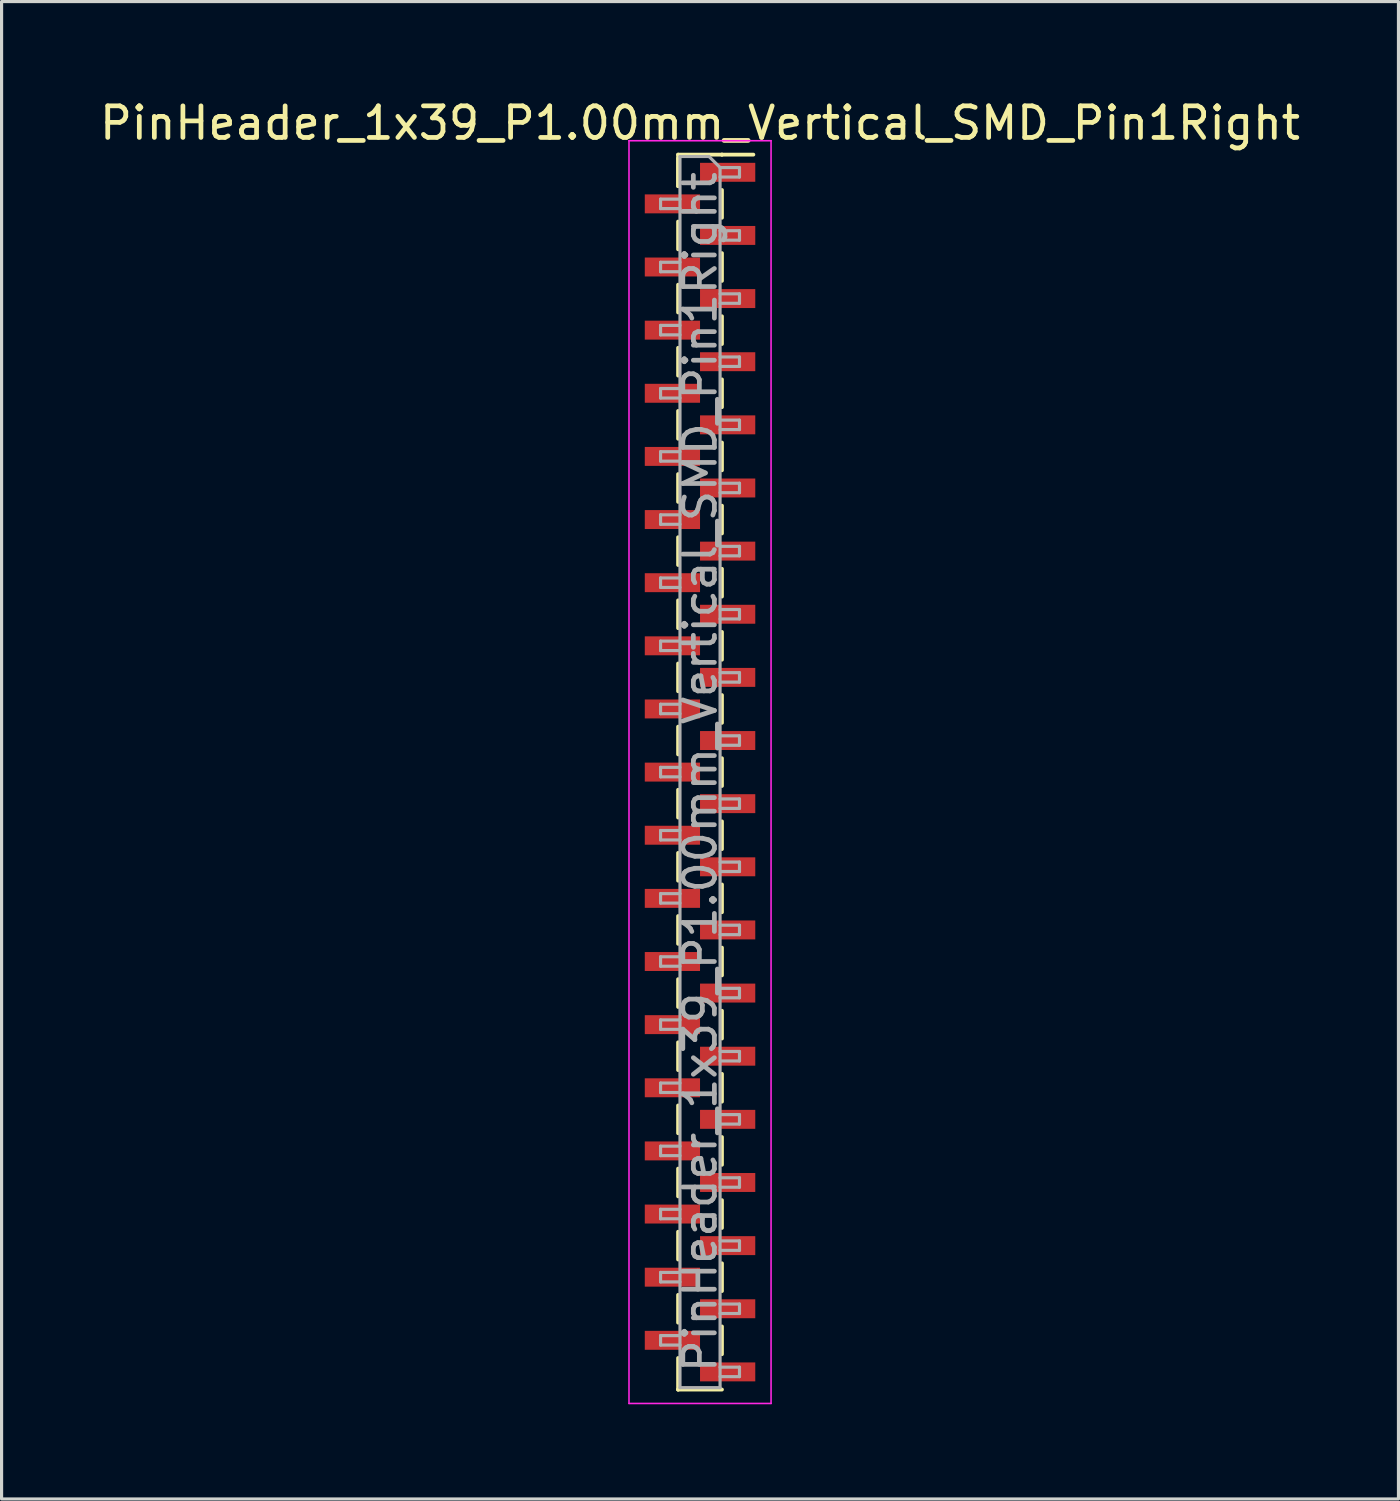
<source format=kicad_pcb>
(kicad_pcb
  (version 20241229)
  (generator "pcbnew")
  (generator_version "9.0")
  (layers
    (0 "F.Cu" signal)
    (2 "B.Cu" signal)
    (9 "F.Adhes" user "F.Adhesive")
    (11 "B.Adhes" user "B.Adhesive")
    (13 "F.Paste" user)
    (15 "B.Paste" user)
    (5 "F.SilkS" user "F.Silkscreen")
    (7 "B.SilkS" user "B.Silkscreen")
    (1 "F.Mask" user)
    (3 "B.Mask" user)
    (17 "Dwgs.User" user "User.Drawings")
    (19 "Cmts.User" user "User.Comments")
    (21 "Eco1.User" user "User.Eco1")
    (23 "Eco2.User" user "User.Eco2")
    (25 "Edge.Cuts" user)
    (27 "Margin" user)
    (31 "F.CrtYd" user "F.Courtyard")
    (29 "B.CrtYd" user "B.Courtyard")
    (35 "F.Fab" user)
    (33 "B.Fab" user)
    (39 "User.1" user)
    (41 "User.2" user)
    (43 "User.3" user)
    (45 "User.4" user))
  (footprint "PinHeader_1x39_P1.00mm_Vertical_SMD_Pin1Right"
    (layer "F.Cu")
    (at 19.125 21.408)
    (property "Reference" "PinHeader_1x39_P1.00mm_Vertical_SMD_Pin1Right" (at 0 -20.56 0) (layer "F.SilkS") (effects (font (size 1 1) (thickness 0.15))))
    (attr smd)
    (fp_line (start -0.695 -19.56) (end -0.695 -18.56) (stroke (width 0.12) (type solid)) (layer "F.SilkS"))
    (fp_line (start -0.695 -19.56) (end 0.695 -19.56) (stroke (width 0.12) (type solid)) (layer "F.SilkS"))
    (fp_line (start -0.695 -19.44) (end -0.695 -18.56) (stroke (width 0.12) (type solid)) (layer "F.SilkS"))
    (fp_line (start -0.695 -17.44) (end -0.695 -16.56) (stroke (width 0.12) (type solid)) (layer "F.SilkS"))
    (fp_line (start -0.695 -15.44) (end -0.695 -14.56) (stroke (width 0.12) (type solid)) (layer "F.SilkS"))
    (fp_line (start -0.695 -13.44) (end -0.695 -12.56) (stroke (width 0.12) (type solid)) (layer "F.SilkS"))
    (fp_line (start -0.695 -11.44) (end -0.695 -10.56) (stroke (width 0.12) (type solid)) (layer "F.SilkS"))
    (fp_line (start -0.695 -9.44) (end -0.695 -8.56) (stroke (width 0.12) (type solid)) (layer "F.SilkS"))
    (fp_line (start -0.695 -7.44) (end -0.695 -6.56) (stroke (width 0.12) (type solid)) (layer "F.SilkS"))
    (fp_line (start -0.695 -5.44) (end -0.695 -4.56) (stroke (width 0.12) (type solid)) (layer "F.SilkS"))
    (fp_line (start -0.695 -3.44) (end -0.695 -2.56) (stroke (width 0.12) (type solid)) (layer "F.SilkS"))
    (fp_line (start -0.695 -1.44) (end -0.695 -0.56) (stroke (width 0.12) (type solid)) (layer "F.SilkS"))
    (fp_line (start -0.695 0.56) (end -0.695 1.44) (stroke (width 0.12) (type solid)) (layer "F.SilkS"))
    (fp_line (start -0.695 2.56) (end -0.695 3.44) (stroke (width 0.12) (type solid)) (layer "F.SilkS"))
    (fp_line (start -0.695 4.56) (end -0.695 5.44) (stroke (width 0.12) (type solid)) (layer "F.SilkS"))
    (fp_line (start -0.695 6.56) (end -0.695 7.44) (stroke (width 0.12) (type solid)) (layer "F.SilkS"))
    (fp_line (start -0.695 8.56) (end -0.695 9.44) (stroke (width 0.12) (type solid)) (layer "F.SilkS"))
    (fp_line (start -0.695 10.56) (end -0.695 11.44) (stroke (width 0.12) (type solid)) (layer "F.SilkS"))
    (fp_line (start -0.695 12.56) (end -0.695 13.44) (stroke (width 0.12) (type solid)) (layer "F.SilkS"))
    (fp_line (start -0.695 14.56) (end -0.695 15.44) (stroke (width 0.12) (type solid)) (layer "F.SilkS"))
    (fp_line (start -0.695 16.56) (end -0.695 17.44) (stroke (width 0.12) (type solid)) (layer "F.SilkS"))
    (fp_line (start -0.695 18.56) (end -0.695 19.56) (stroke (width 0.12) (type solid)) (layer "F.SilkS"))
    (fp_line (start -0.695 19.56) (end -0.695 19.56) (stroke (width 0.12) (type solid)) (layer "F.SilkS"))
    (fp_line (start -0.695 19.56) (end 0.695 19.56) (stroke (width 0.12) (type solid)) (layer "F.SilkS"))
    (fp_line (start 0.695 -19.56) (end 0.695 -19.56) (stroke (width 0.12) (type solid)) (layer "F.SilkS"))
    (fp_line (start 0.695 -19.56) (end 1.69 -19.56) (stroke (width 0.12) (type solid)) (layer "F.SilkS"))
    (fp_line (start 0.695 -18.44) (end 0.695 -17.56) (stroke (width 0.12) (type solid)) (layer "F.SilkS"))
    (fp_line (start 0.695 -16.44) (end 0.695 -15.56) (stroke (width 0.12) (type solid)) (layer "F.SilkS"))
    (fp_line (start 0.695 -14.44) (end 0.695 -13.56) (stroke (width 0.12) (type solid)) (layer "F.SilkS"))
    (fp_line (start 0.695 -12.44) (end 0.695 -11.56) (stroke (width 0.12) (type solid)) (layer "F.SilkS"))
    (fp_line (start 0.695 -10.44) (end 0.695 -9.56) (stroke (width 0.12) (type solid)) (layer "F.SilkS"))
    (fp_line (start 0.695 -8.44) (end 0.695 -7.56) (stroke (width 0.12) (type solid)) (layer "F.SilkS"))
    (fp_line (start 0.695 -6.44) (end 0.695 -5.56) (stroke (width 0.12) (type solid)) (layer "F.SilkS"))
    (fp_line (start 0.695 -4.44) (end 0.695 -3.56) (stroke (width 0.12) (type solid)) (layer "F.SilkS"))
    (fp_line (start 0.695 -2.44) (end 0.695 -1.56) (stroke (width 0.12) (type solid)) (layer "F.SilkS"))
    (fp_line (start 0.695 -0.44) (end 0.695 0.44) (stroke (width 0.12) (type solid)) (layer "F.SilkS"))
    (fp_line (start 0.695 1.56) (end 0.695 2.44) (stroke (width 0.12) (type solid)) (layer "F.SilkS"))
    (fp_line (start 0.695 3.56) (end 0.695 4.44) (stroke (width 0.12) (type solid)) (layer "F.SilkS"))
    (fp_line (start 0.695 5.56) (end 0.695 6.44) (stroke (width 0.12) (type solid)) (layer "F.SilkS"))
    (fp_line (start 0.695 7.56) (end 0.695 8.44) (stroke (width 0.12) (type solid)) (layer "F.SilkS"))
    (fp_line (start 0.695 9.56) (end 0.695 10.44) (stroke (width 0.12) (type solid)) (layer "F.SilkS"))
    (fp_line (start 0.695 11.56) (end 0.695 12.44) (stroke (width 0.12) (type solid)) (layer "F.SilkS"))
    (fp_line (start 0.695 13.56) (end 0.695 14.44) (stroke (width 0.12) (type solid)) (layer "F.SilkS"))
    (fp_line (start 0.695 15.56) (end 0.695 16.44) (stroke (width 0.12) (type solid)) (layer "F.SilkS"))
    (fp_line (start 0.695 17.56) (end 0.695 18.44) (stroke (width 0.12) (type solid)) (layer "F.SilkS"))
    (fp_line (start -2.25 -20) (end -2.25 20) (stroke (width 0.05) (type solid)) (layer "F.CrtYd"))
    (fp_line (start -2.25 20) (end 2.25 20) (stroke (width 0.05) (type solid)) (layer "F.CrtYd"))
    (fp_line (start 2.25 -20) (end -2.25 -20) (stroke (width 0.05) (type solid)) (layer "F.CrtYd"))
    (fp_line (start 2.25 20) (end 2.25 -20) (stroke (width 0.05) (type solid)) (layer "F.CrtYd"))
    (fp_line (start -1.25 -18.15) (end -1.25 -17.85) (stroke (width 0.1) (type solid)) (layer "F.Fab"))
    (fp_line (start -1.25 -17.85) (end -0.635 -17.85) (stroke (width 0.1) (type solid)) (layer "F.Fab"))
    (fp_line (start -1.25 -16.15) (end -1.25 -15.85) (stroke (width 0.1) (type solid)) (layer "F.Fab"))
    (fp_line (start -1.25 -15.85) (end -0.635 -15.85) (stroke (width 0.1) (type solid)) (layer "F.Fab"))
    (fp_line (start -1.25 -14.15) (end -1.25 -13.85) (stroke (width 0.1) (type solid)) (layer "F.Fab"))
    (fp_line (start -1.25 -13.85) (end -0.635 -13.85) (stroke (width 0.1) (type solid)) (layer "F.Fab"))
    (fp_line (start -1.25 -12.15) (end -1.25 -11.85) (stroke (width 0.1) (type solid)) (layer "F.Fab"))
    (fp_line (start -1.25 -11.85) (end -0.635 -11.85) (stroke (width 0.1) (type solid)) (layer "F.Fab"))
    (fp_line (start -1.25 -10.15) (end -1.25 -9.85) (stroke (width 0.1) (type solid)) (layer "F.Fab"))
    (fp_line (start -1.25 -9.85) (end -0.635 -9.85) (stroke (width 0.1) (type solid)) (layer "F.Fab"))
    (fp_line (start -1.25 -8.15) (end -1.25 -7.85) (stroke (width 0.1) (type solid)) (layer "F.Fab"))
    (fp_line (start -1.25 -7.85) (end -0.635 -7.85) (stroke (width 0.1) (type solid)) (layer "F.Fab"))
    (fp_line (start -1.25 -6.15) (end -1.25 -5.85) (stroke (width 0.1) (type solid)) (layer "F.Fab"))
    (fp_line (start -1.25 -5.85) (end -0.635 -5.85) (stroke (width 0.1) (type solid)) (layer "F.Fab"))
    (fp_line (start -1.25 -4.15) (end -1.25 -3.85) (stroke (width 0.1) (type solid)) (layer "F.Fab"))
    (fp_line (start -1.25 -3.85) (end -0.635 -3.85) (stroke (width 0.1) (type solid)) (layer "F.Fab"))
    (fp_line (start -1.25 -2.15) (end -1.25 -1.85) (stroke (width 0.1) (type solid)) (layer "F.Fab"))
    (fp_line (start -1.25 -1.85) (end -0.635 -1.85) (stroke (width 0.1) (type solid)) (layer "F.Fab"))
    (fp_line (start -1.25 -0.15) (end -1.25 0.15) (stroke (width 0.1) (type solid)) (layer "F.Fab"))
    (fp_line (start -1.25 0.15) (end -0.635 0.15) (stroke (width 0.1) (type solid)) (layer "F.Fab"))
    (fp_line (start -1.25 1.85) (end -1.25 2.15) (stroke (width 0.1) (type solid)) (layer "F.Fab"))
    (fp_line (start -1.25 2.15) (end -0.635 2.15) (stroke (width 0.1) (type solid)) (layer "F.Fab"))
    (fp_line (start -1.25 3.85) (end -1.25 4.15) (stroke (width 0.1) (type solid)) (layer "F.Fab"))
    (fp_line (start -1.25 4.15) (end -0.635 4.15) (stroke (width 0.1) (type solid)) (layer "F.Fab"))
    (fp_line (start -1.25 5.85) (end -1.25 6.15) (stroke (width 0.1) (type solid)) (layer "F.Fab"))
    (fp_line (start -1.25 6.15) (end -0.635 6.15) (stroke (width 0.1) (type solid)) (layer "F.Fab"))
    (fp_line (start -1.25 7.85) (end -1.25 8.15) (stroke (width 0.1) (type solid)) (layer "F.Fab"))
    (fp_line (start -1.25 8.15) (end -0.635 8.15) (stroke (width 0.1) (type solid)) (layer "F.Fab"))
    (fp_line (start -1.25 9.85) (end -1.25 10.15) (stroke (width 0.1) (type solid)) (layer "F.Fab"))
    (fp_line (start -1.25 10.15) (end -0.635 10.15) (stroke (width 0.1) (type solid)) (layer "F.Fab"))
    (fp_line (start -1.25 11.85) (end -1.25 12.15) (stroke (width 0.1) (type solid)) (layer "F.Fab"))
    (fp_line (start -1.25 12.15) (end -0.635 12.15) (stroke (width 0.1) (type solid)) (layer "F.Fab"))
    (fp_line (start -1.25 13.85) (end -1.25 14.15) (stroke (width 0.1) (type solid)) (layer "F.Fab"))
    (fp_line (start -1.25 14.15) (end -0.635 14.15) (stroke (width 0.1) (type solid)) (layer "F.Fab"))
    (fp_line (start -1.25 15.85) (end -1.25 16.15) (stroke (width 0.1) (type solid)) (layer "F.Fab"))
    (fp_line (start -1.25 16.15) (end -0.635 16.15) (stroke (width 0.1) (type solid)) (layer "F.Fab"))
    (fp_line (start -1.25 17.85) (end -1.25 18.15) (stroke (width 0.1) (type solid)) (layer "F.Fab"))
    (fp_line (start -1.25 18.15) (end -0.635 18.15) (stroke (width 0.1) (type solid)) (layer "F.Fab"))
    (fp_line (start -0.635 -19.5) (end -0.635 19.5) (stroke (width 0.1) (type solid)) (layer "F.Fab"))
    (fp_line (start -0.635 -19.5) (end 0.285 -19.5) (stroke (width 0.1) (type solid)) (layer "F.Fab"))
    (fp_line (start -0.635 -18.15) (end -1.25 -18.15) (stroke (width 0.1) (type solid)) (layer "F.Fab"))
    (fp_line (start -0.635 -16.15) (end -1.25 -16.15) (stroke (width 0.1) (type solid)) (layer "F.Fab"))
    (fp_line (start -0.635 -14.15) (end -1.25 -14.15) (stroke (width 0.1) (type solid)) (layer "F.Fab"))
    (fp_line (start -0.635 -12.15) (end -1.25 -12.15) (stroke (width 0.1) (type solid)) (layer "F.Fab"))
    (fp_line (start -0.635 -10.15) (end -1.25 -10.15) (stroke (width 0.1) (type solid)) (layer "F.Fab"))
    (fp_line (start -0.635 -8.15) (end -1.25 -8.15) (stroke (width 0.1) (type solid)) (layer "F.Fab"))
    (fp_line (start -0.635 -6.15) (end -1.25 -6.15) (stroke (width 0.1) (type solid)) (layer "F.Fab"))
    (fp_line (start -0.635 -4.15) (end -1.25 -4.15) (stroke (width 0.1) (type solid)) (layer "F.Fab"))
    (fp_line (start -0.635 -2.15) (end -1.25 -2.15) (stroke (width 0.1) (type solid)) (layer "F.Fab"))
    (fp_line (start -0.635 -0.15) (end -1.25 -0.15) (stroke (width 0.1) (type solid)) (layer "F.Fab"))
    (fp_line (start -0.635 1.85) (end -1.25 1.85) (stroke (width 0.1) (type solid)) (layer "F.Fab"))
    (fp_line (start -0.635 3.85) (end -1.25 3.85) (stroke (width 0.1) (type solid)) (layer "F.Fab"))
    (fp_line (start -0.635 5.85) (end -1.25 5.85) (stroke (width 0.1) (type solid)) (layer "F.Fab"))
    (fp_line (start -0.635 7.85) (end -1.25 7.85) (stroke (width 0.1) (type solid)) (layer "F.Fab"))
    (fp_line (start -0.635 9.85) (end -1.25 9.85) (stroke (width 0.1) (type solid)) (layer "F.Fab"))
    (fp_line (start -0.635 11.85) (end -1.25 11.85) (stroke (width 0.1) (type solid)) (layer "F.Fab"))
    (fp_line (start -0.635 13.85) (end -1.25 13.85) (stroke (width 0.1) (type solid)) (layer "F.Fab"))
    (fp_line (start -0.635 15.85) (end -1.25 15.85) (stroke (width 0.1) (type solid)) (layer "F.Fab"))
    (fp_line (start -0.635 17.85) (end -1.25 17.85) (stroke (width 0.1) (type solid)) (layer "F.Fab"))
    (fp_line (start 0.635 -19.15) (end 0.285 -19.5) (stroke (width 0.1) (type solid)) (layer "F.Fab"))
    (fp_line (start 0.635 -19.15) (end 1.25 -19.15) (stroke (width 0.1) (type solid)) (layer "F.Fab"))
    (fp_line (start 0.635 -17.15) (end 1.25 -17.15) (stroke (width 0.1) (type solid)) (layer "F.Fab"))
    (fp_line (start 0.635 -15.15) (end 1.25 -15.15) (stroke (width 0.1) (type solid)) (layer "F.Fab"))
    (fp_line (start 0.635 -13.15) (end 1.25 -13.15) (stroke (width 0.1) (type solid)) (layer "F.Fab"))
    (fp_line (start 0.635 -11.15) (end 1.25 -11.15) (stroke (width 0.1) (type solid)) (layer "F.Fab"))
    (fp_line (start 0.635 -9.15) (end 1.25 -9.15) (stroke (width 0.1) (type solid)) (layer "F.Fab"))
    (fp_line (start 0.635 -7.15) (end 1.25 -7.15) (stroke (width 0.1) (type solid)) (layer "F.Fab"))
    (fp_line (start 0.635 -5.15) (end 1.25 -5.15) (stroke (width 0.1) (type solid)) (layer "F.Fab"))
    (fp_line (start 0.635 -3.15) (end 1.25 -3.15) (stroke (width 0.1) (type solid)) (layer "F.Fab"))
    (fp_line (start 0.635 -1.15) (end 1.25 -1.15) (stroke (width 0.1) (type solid)) (layer "F.Fab"))
    (fp_line (start 0.635 0.85) (end 1.25 0.85) (stroke (width 0.1) (type solid)) (layer "F.Fab"))
    (fp_line (start 0.635 2.85) (end 1.25 2.85) (stroke (width 0.1) (type solid)) (layer "F.Fab"))
    (fp_line (start 0.635 4.85) (end 1.25 4.85) (stroke (width 0.1) (type solid)) (layer "F.Fab"))
    (fp_line (start 0.635 6.85) (end 1.25 6.85) (stroke (width 0.1) (type solid)) (layer "F.Fab"))
    (fp_line (start 0.635 8.85) (end 1.25 8.85) (stroke (width 0.1) (type solid)) (layer "F.Fab"))
    (fp_line (start 0.635 10.85) (end 1.25 10.85) (stroke (width 0.1) (type solid)) (layer "F.Fab"))
    (fp_line (start 0.635 12.85) (end 1.25 12.85) (stroke (width 0.1) (type solid)) (layer "F.Fab"))
    (fp_line (start 0.635 14.85) (end 1.25 14.85) (stroke (width 0.1) (type solid)) (layer "F.Fab"))
    (fp_line (start 0.635 16.85) (end 1.25 16.85) (stroke (width 0.1) (type solid)) (layer "F.Fab"))
    (fp_line (start 0.635 18.85) (end 1.25 18.85) (stroke (width 0.1) (type solid)) (layer "F.Fab"))
    (fp_line (start 0.635 19.5) (end -0.635 19.5) (stroke (width 0.1) (type solid)) (layer "F.Fab"))
    (fp_line (start 0.635 19.5) (end 0.635 -19.15) (stroke (width 0.1) (type solid)) (layer "F.Fab"))
    (fp_line (start 1.25 -19.15) (end 1.25 -18.85) (stroke (width 0.1) (type solid)) (layer "F.Fab"))
    (fp_line (start 1.25 -18.85) (end 0.635 -18.85) (stroke (width 0.1) (type solid)) (layer "F.Fab"))
    (fp_line (start 1.25 -17.15) (end 1.25 -16.85) (stroke (width 0.1) (type solid)) (layer "F.Fab"))
    (fp_line (start 1.25 -16.85) (end 0.635 -16.85) (stroke (width 0.1) (type solid)) (layer "F.Fab"))
    (fp_line (start 1.25 -15.15) (end 1.25 -14.85) (stroke (width 0.1) (type solid)) (layer "F.Fab"))
    (fp_line (start 1.25 -14.85) (end 0.635 -14.85) (stroke (width 0.1) (type solid)) (layer "F.Fab"))
    (fp_line (start 1.25 -13.15) (end 1.25 -12.85) (stroke (width 0.1) (type solid)) (layer "F.Fab"))
    (fp_line (start 1.25 -12.85) (end 0.635 -12.85) (stroke (width 0.1) (type solid)) (layer "F.Fab"))
    (fp_line (start 1.25 -11.15) (end 1.25 -10.85) (stroke (width 0.1) (type solid)) (layer "F.Fab"))
    (fp_line (start 1.25 -10.85) (end 0.635 -10.85) (stroke (width 0.1) (type solid)) (layer "F.Fab"))
    (fp_line (start 1.25 -9.15) (end 1.25 -8.85) (stroke (width 0.1) (type solid)) (layer "F.Fab"))
    (fp_line (start 1.25 -8.85) (end 0.635 -8.85) (stroke (width 0.1) (type solid)) (layer "F.Fab"))
    (fp_line (start 1.25 -7.15) (end 1.25 -6.85) (stroke (width 0.1) (type solid)) (layer "F.Fab"))
    (fp_line (start 1.25 -6.85) (end 0.635 -6.85) (stroke (width 0.1) (type solid)) (layer "F.Fab"))
    (fp_line (start 1.25 -5.15) (end 1.25 -4.85) (stroke (width 0.1) (type solid)) (layer "F.Fab"))
    (fp_line (start 1.25 -4.85) (end 0.635 -4.85) (stroke (width 0.1) (type solid)) (layer "F.Fab"))
    (fp_line (start 1.25 -3.15) (end 1.25 -2.85) (stroke (width 0.1) (type solid)) (layer "F.Fab"))
    (fp_line (start 1.25 -2.85) (end 0.635 -2.85) (stroke (width 0.1) (type solid)) (layer "F.Fab"))
    (fp_line (start 1.25 -1.15) (end 1.25 -0.85) (stroke (width 0.1) (type solid)) (layer "F.Fab"))
    (fp_line (start 1.25 -0.85) (end 0.635 -0.85) (stroke (width 0.1) (type solid)) (layer "F.Fab"))
    (fp_line (start 1.25 0.85) (end 1.25 1.15) (stroke (width 0.1) (type solid)) (layer "F.Fab"))
    (fp_line (start 1.25 1.15) (end 0.635 1.15) (stroke (width 0.1) (type solid)) (layer "F.Fab"))
    (fp_line (start 1.25 2.85) (end 1.25 3.15) (stroke (width 0.1) (type solid)) (layer "F.Fab"))
    (fp_line (start 1.25 3.15) (end 0.635 3.15) (stroke (width 0.1) (type solid)) (layer "F.Fab"))
    (fp_line (start 1.25 4.85) (end 1.25 5.15) (stroke (width 0.1) (type solid)) (layer "F.Fab"))
    (fp_line (start 1.25 5.15) (end 0.635 5.15) (stroke (width 0.1) (type solid)) (layer "F.Fab"))
    (fp_line (start 1.25 6.85) (end 1.25 7.15) (stroke (width 0.1) (type solid)) (layer "F.Fab"))
    (fp_line (start 1.25 7.15) (end 0.635 7.15) (stroke (width 0.1) (type solid)) (layer "F.Fab"))
    (fp_line (start 1.25 8.85) (end 1.25 9.15) (stroke (width 0.1) (type solid)) (layer "F.Fab"))
    (fp_line (start 1.25 9.15) (end 0.635 9.15) (stroke (width 0.1) (type solid)) (layer "F.Fab"))
    (fp_line (start 1.25 10.85) (end 1.25 11.15) (stroke (width 0.1) (type solid)) (layer "F.Fab"))
    (fp_line (start 1.25 11.15) (end 0.635 11.15) (stroke (width 0.1) (type solid)) (layer "F.Fab"))
    (fp_line (start 1.25 12.85) (end 1.25 13.15) (stroke (width 0.1) (type solid)) (layer "F.Fab"))
    (fp_line (start 1.25 13.15) (end 0.635 13.15) (stroke (width 0.1) (type solid)) (layer "F.Fab"))
    (fp_line (start 1.25 14.85) (end 1.25 15.15) (stroke (width 0.1) (type solid)) (layer "F.Fab"))
    (fp_line (start 1.25 15.15) (end 0.635 15.15) (stroke (width 0.1) (type solid)) (layer "F.Fab"))
    (fp_line (start 1.25 16.85) (end 1.25 17.15) (stroke (width 0.1) (type solid)) (layer "F.Fab"))
    (fp_line (start 1.25 17.15) (end 0.635 17.15) (stroke (width 0.1) (type solid)) (layer "F.Fab"))
    (fp_line (start 1.25 18.85) (end 1.25 19.15) (stroke (width 0.1) (type solid)) (layer "F.Fab"))
    (fp_line (start 1.25 19.15) (end 0.635 19.15) (stroke (width 0.1) (type solid)) (layer "F.Fab"))
    (fp_text user "${REFERENCE}" (at 0 0 90) (layer "F.Fab") (effects (font (size 1 1) (thickness 0.15))))
    (pad "1" smd rect (at 0.875 -19) (size 1.75 0.6) (layers "F.Cu" "F.Mask" "F.Paste"))
    (pad "2" smd rect (at -0.875 -18) (size 1.75 0.6) (layers "F.Cu" "F.Mask" "F.Paste"))
    (pad "3" smd rect (at 0.875 -17) (size 1.75 0.6) (layers "F.Cu" "F.Mask" "F.Paste"))
    (pad "4" smd rect (at -0.875 -16) (size 1.75 0.6) (layers "F.Cu" "F.Mask" "F.Paste"))
    (pad "5" smd rect (at 0.875 -15) (size 1.75 0.6) (layers "F.Cu" "F.Mask" "F.Paste"))
    (pad "6" smd rect (at -0.875 -14) (size 1.75 0.6) (layers "F.Cu" "F.Mask" "F.Paste"))
    (pad "7" smd rect (at 0.875 -13) (size 1.75 0.6) (layers "F.Cu" "F.Mask" "F.Paste"))
    (pad "8" smd rect (at -0.875 -12) (size 1.75 0.6) (layers "F.Cu" "F.Mask" "F.Paste"))
    (pad "9" smd rect (at 0.875 -11) (size 1.75 0.6) (layers "F.Cu" "F.Mask" "F.Paste"))
    (pad "10" smd rect (at -0.875 -10) (size 1.75 0.6) (layers "F.Cu" "F.Mask" "F.Paste"))
    (pad "11" smd rect (at 0.875 -9) (size 1.75 0.6) (layers "F.Cu" "F.Mask" "F.Paste"))
    (pad "12" smd rect (at -0.875 -8) (size 1.75 0.6) (layers "F.Cu" "F.Mask" "F.Paste"))
    (pad "13" smd rect (at 0.875 -7) (size 1.75 0.6) (layers "F.Cu" "F.Mask" "F.Paste"))
    (pad "14" smd rect (at -0.875 -6) (size 1.75 0.6) (layers "F.Cu" "F.Mask" "F.Paste"))
    (pad "15" smd rect (at 0.875 -5) (size 1.75 0.6) (layers "F.Cu" "F.Mask" "F.Paste"))
    (pad "16" smd rect (at -0.875 -4) (size 1.75 0.6) (layers "F.Cu" "F.Mask" "F.Paste"))
    (pad "17" smd rect (at 0.875 -3) (size 1.75 0.6) (layers "F.Cu" "F.Mask" "F.Paste"))
    (pad "18" smd rect (at -0.875 -2) (size 1.75 0.6) (layers "F.Cu" "F.Mask" "F.Paste"))
    (pad "19" smd rect (at 0.875 -1) (size 1.75 0.6) (layers "F.Cu" "F.Mask" "F.Paste"))
    (pad "20" smd rect (at -0.875 0) (size 1.75 0.6) (layers "F.Cu" "F.Mask" "F.Paste"))
    (pad "21" smd rect (at 0.875 1) (size 1.75 0.6) (layers "F.Cu" "F.Mask" "F.Paste"))
    (pad "22" smd rect (at -0.875 2) (size 1.75 0.6) (layers "F.Cu" "F.Mask" "F.Paste"))
    (pad "23" smd rect (at 0.875 3) (size 1.75 0.6) (layers "F.Cu" "F.Mask" "F.Paste"))
    (pad "24" smd rect (at -0.875 4) (size 1.75 0.6) (layers "F.Cu" "F.Mask" "F.Paste"))
    (pad "25" smd rect (at 0.875 5) (size 1.75 0.6) (layers "F.Cu" "F.Mask" "F.Paste"))
    (pad "26" smd rect (at -0.875 6) (size 1.75 0.6) (layers "F.Cu" "F.Mask" "F.Paste"))
    (pad "27" smd rect (at 0.875 7) (size 1.75 0.6) (layers "F.Cu" "F.Mask" "F.Paste"))
    (pad "28" smd rect (at -0.875 8) (size 1.75 0.6) (layers "F.Cu" "F.Mask" "F.Paste"))
    (pad "29" smd rect (at 0.875 9) (size 1.75 0.6) (layers "F.Cu" "F.Mask" "F.Paste"))
    (pad "30" smd rect (at -0.875 10) (size 1.75 0.6) (layers "F.Cu" "F.Mask" "F.Paste"))
    (pad "31" smd rect (at 0.875 11) (size 1.75 0.6) (layers "F.Cu" "F.Mask" "F.Paste"))
    (pad "32" smd rect (at -0.875 12) (size 1.75 0.6) (layers "F.Cu" "F.Mask" "F.Paste"))
    (pad "33" smd rect (at 0.875 13) (size 1.75 0.6) (layers "F.Cu" "F.Mask" "F.Paste"))
    (pad "34" smd rect (at -0.875 14) (size 1.75 0.6) (layers "F.Cu" "F.Mask" "F.Paste"))
    (pad "35" smd rect (at 0.875 15) (size 1.75 0.6) (layers "F.Cu" "F.Mask" "F.Paste"))
    (pad "36" smd rect (at -0.875 16) (size 1.75 0.6) (layers "F.Cu" "F.Mask" "F.Paste"))
    (pad "37" smd rect (at 0.875 17) (size 1.75 0.6) (layers "F.Cu" "F.Mask" "F.Paste"))
    (pad "38" smd rect (at -0.875 18) (size 1.75 0.6) (layers "F.Cu" "F.Mask" "F.Paste"))
    (pad "39" smd rect (at 0.875 19) (size 1.75 0.6) (layers "F.Cu" "F.Mask" "F.Paste")))
  (gr_rect
    (start -3 -3)
    (end 41.25 44.433)
    (stroke (width 0.1) (type default))
    (fill no)
    (layer "Edge.Cuts")))
</source>
